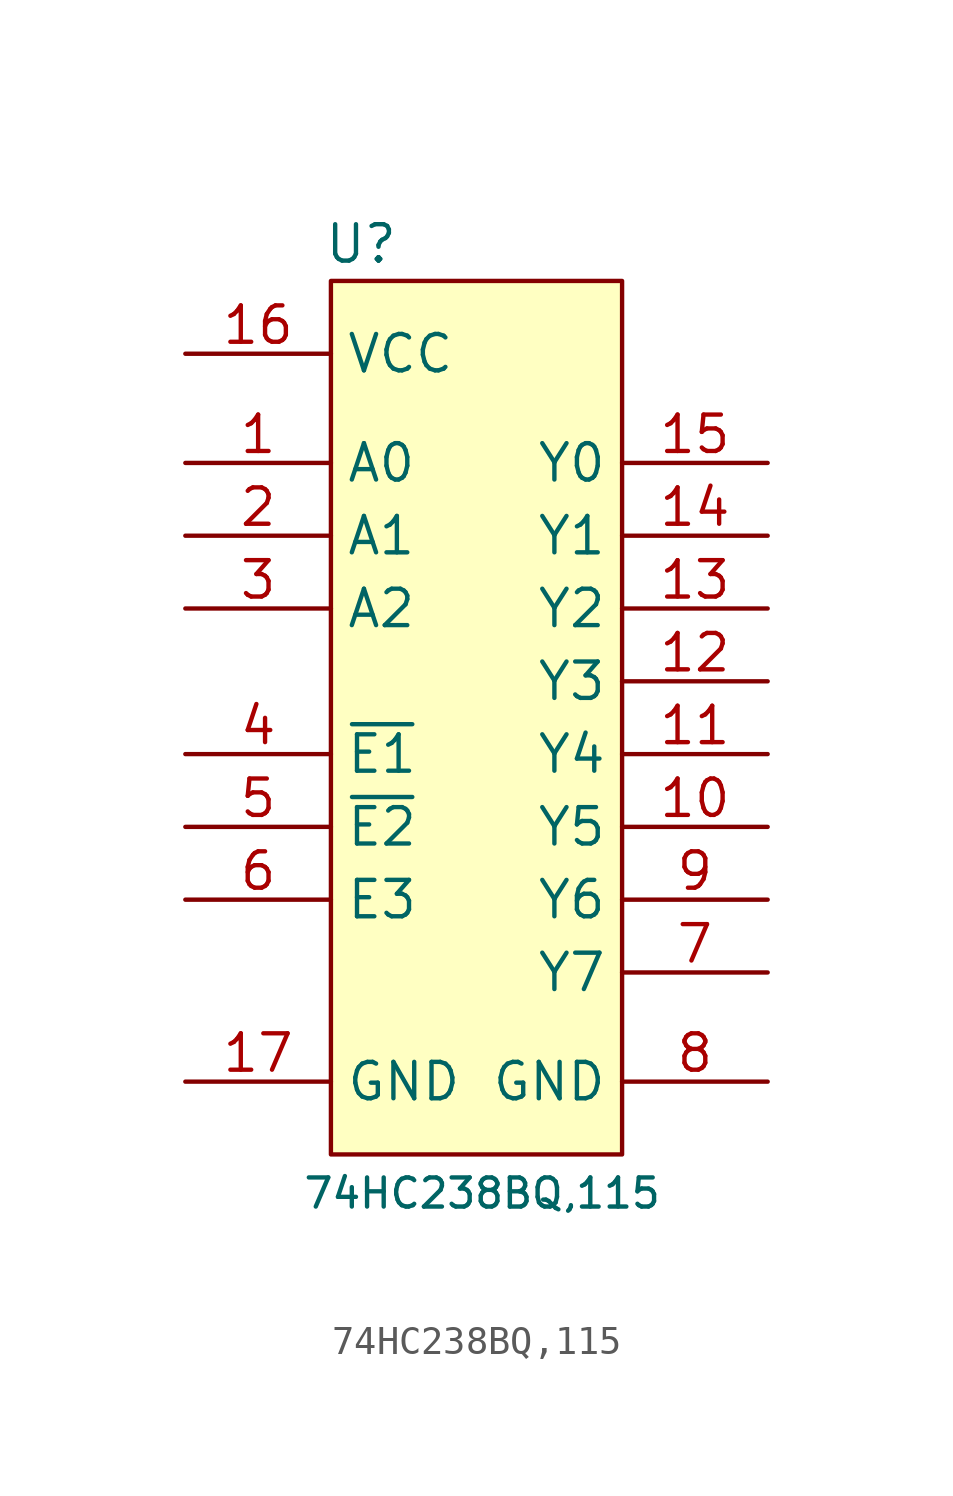
<source format=kicad_sym>
(kicad_symbol_lib
  (version 20241209)
  (generator "kicad_symbol_editor")
  (generator_version "9.0")
  (symbol "74HC238BQ,115"
    (property "Reference" "U"
      (at -0.254 17.272 0)
      (effects (font (size 1.27 1.27)) (justify left top)))
    (property "Value" "74HC238BQ,115"
      (at -1.016 -16.002 0)
      (effects (font (size 1.016 1.016)) (justify left top)))
    (symbol "74HC238BQ,115_1_1"
      (rectangle (start 0 15.24) (end 10.16 -15.24) (stroke (width 0) (type solid)) (fill (type background)))
      (pin power_in line (at -5.08 12.7 0) (length 5.08) (name "VCC" (effects (font (size 1.27 1.27)))) (number "16" (effects (font (size 1.27 1.27)))))
      (pin passive line (at -5.08 8.89 0) (length 5.08) (name "A0" (effects (font (size 1.27 1.27)))) (number "1" (effects (font (size 1.27 1.27)))))
      (pin passive line (at -5.08 6.35 0) (length 5.08) (name "A1" (effects (font (size 1.27 1.27)))) (number "2" (effects (font (size 1.27 1.27)))))
      (pin passive line (at -5.08 3.81 0) (length 5.08) (name "A2" (effects (font (size 1.27 1.27)))) (number "3" (effects (font (size 1.27 1.27)))))
      (pin passive line (at -5.08 -1.27 0) (length 5.08) (name "~{E1}" (effects (font (size 1.27 1.27)))) (number "4" (effects (font (size 1.27 1.27)))))
      (pin passive line (at -5.08 -3.81 0) (length 5.08) (name "~{E2}" (effects (font (size 1.27 1.27)))) (number "5" (effects (font (size 1.27 1.27)))))
      (pin passive line (at -5.08 -6.35 0) (length 5.08) (name "E3" (effects (font (size 1.27 1.27)))) (number "6" (effects (font (size 1.27 1.27)))))
      (pin power_in line (at -5.08 -12.7 0) (length 5.08) (name "GND" (effects (font (size 1.27 1.27)))) (number "17" (effects (font (size 1.27 1.27)))))
      (pin passive line (at 15.24 8.89 180) (length 5.08) (name "Y0" (effects (font (size 1.27 1.27)))) (number "15" (effects (font (size 1.27 1.27)))))
      (pin passive line (at 15.24 6.35 180) (length 5.08) (name "Y1" (effects (font (size 1.27 1.27)))) (number "14" (effects (font (size 1.27 1.27)))))
      (pin passive line (at 15.24 3.81 180) (length 5.08) (name "Y2" (effects (font (size 1.27 1.27)))) (number "13" (effects (font (size 1.27 1.27)))))
      (pin passive line (at 15.24 1.27 180) (length 5.08) (name "Y3" (effects (font (size 1.27 1.27)))) (number "12" (effects (font (size 1.27 1.27)))))
      (pin passive line (at 15.24 -1.27 180) (length 5.08) (name "Y4" (effects (font (size 1.27 1.27)))) (number "11" (effects (font (size 1.27 1.27)))))
      (pin passive line (at 15.24 -3.81 180) (length 5.08) (name "Y5" (effects (font (size 1.27 1.27)))) (number "10" (effects (font (size 1.27 1.27)))))
      (pin passive line (at 15.24 -6.35 180) (length 5.08) (name "Y6" (effects (font (size 1.27 1.27)))) (number "9" (effects (font (size 1.27 1.27)))))
      (pin passive line (at 15.24 -8.89 180) (length 5.08) (name "Y7" (effects (font (size 1.27 1.27)))) (number "7" (effects (font (size 1.27 1.27)))))
      (pin passive line (at 15.24 -12.7 180) (length 5.08) (name "GND" (effects (font (size 1.27 1.27)))) (number "8" (effects (font (size 1.27 1.27))))))))
</source>
